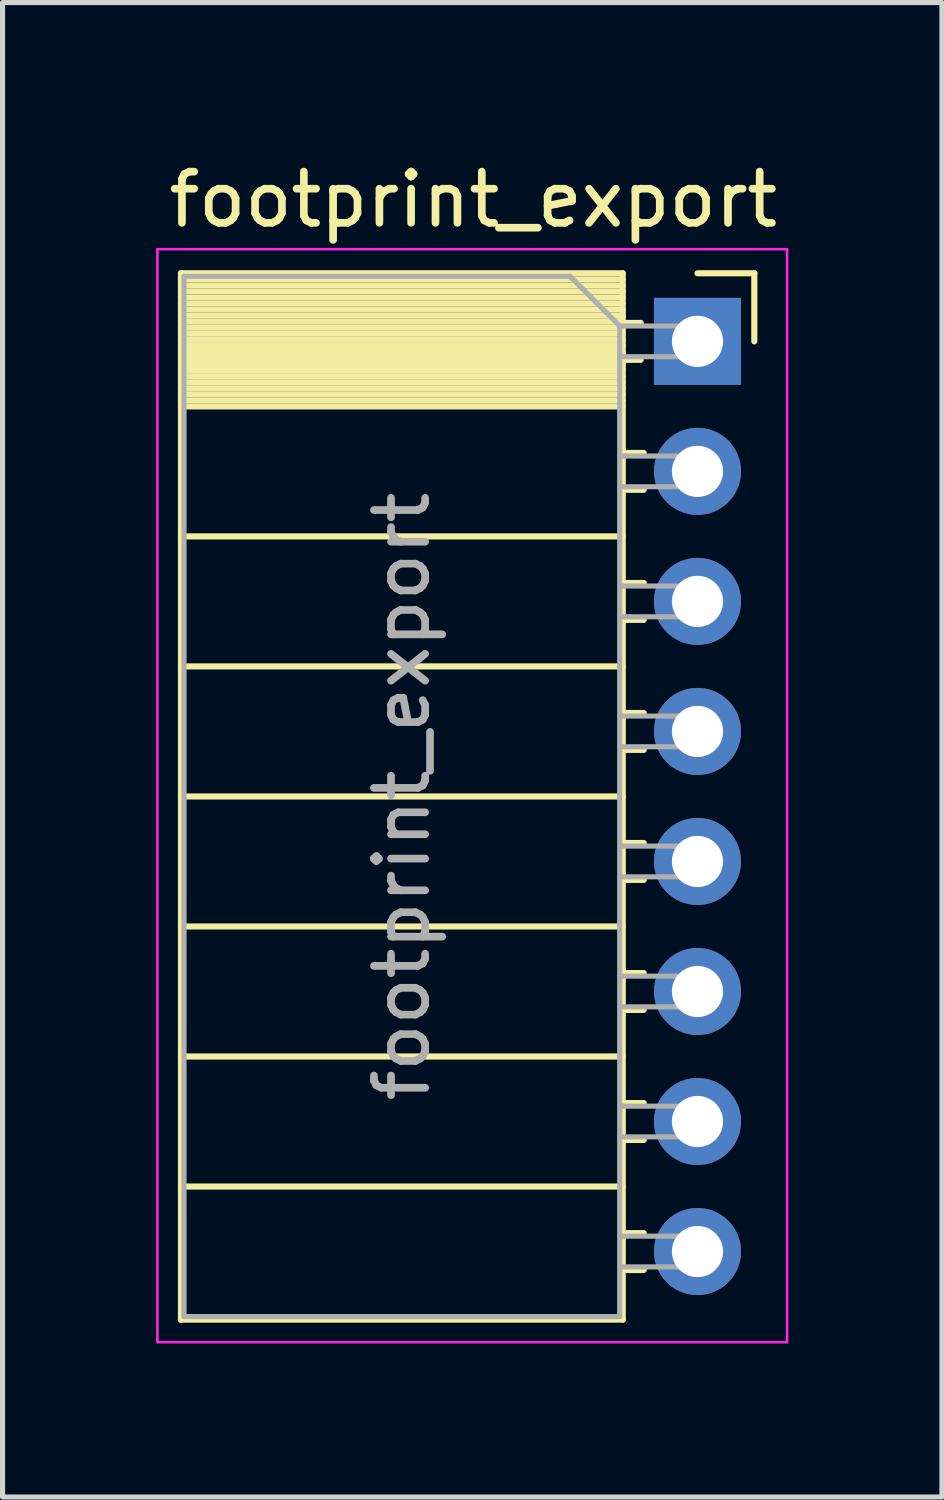
<source format=kicad_pcb>
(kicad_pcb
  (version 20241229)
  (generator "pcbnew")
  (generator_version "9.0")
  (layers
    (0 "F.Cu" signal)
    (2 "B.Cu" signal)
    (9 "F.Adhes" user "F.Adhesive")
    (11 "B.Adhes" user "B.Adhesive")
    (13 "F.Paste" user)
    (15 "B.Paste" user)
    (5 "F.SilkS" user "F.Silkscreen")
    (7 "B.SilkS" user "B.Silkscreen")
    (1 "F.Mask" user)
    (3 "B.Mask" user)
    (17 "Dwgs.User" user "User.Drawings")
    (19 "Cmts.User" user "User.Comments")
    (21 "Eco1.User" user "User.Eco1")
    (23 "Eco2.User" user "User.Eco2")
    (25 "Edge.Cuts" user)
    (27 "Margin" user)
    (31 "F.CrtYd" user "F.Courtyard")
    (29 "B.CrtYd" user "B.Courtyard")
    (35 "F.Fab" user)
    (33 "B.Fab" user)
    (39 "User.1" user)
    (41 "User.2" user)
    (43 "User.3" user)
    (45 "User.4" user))
  (footprint "footprint_export"
    (layer "F.Cu")
    (at 10.575 3.618)
    (property "Reference" "footprint_export" (at -4.38 -2.77 0) (layer "F.SilkS") (effects (font (size 1 1) (thickness 0.15))))
    (attr through_hole)
    (fp_line (start -10.09 -1.33) (end -10.09 19.11) (stroke (width 0.12) (type solid)) (layer "F.SilkS"))
    (fp_line (start -10.09 -1.33) (end -1.46 -1.33) (stroke (width 0.12) (type solid)) (layer "F.SilkS"))
    (fp_line (start -10.09 -1.21) (end -1.46 -1.21) (stroke (width 0.12) (type solid)) (layer "F.SilkS"))
    (fp_line (start -10.09 -1.092) (end -1.46 -1.092) (stroke (width 0.12) (type solid)) (layer "F.SilkS"))
    (fp_line (start -10.09 -0.974) (end -1.46 -0.974) (stroke (width 0.12) (type solid)) (layer "F.SilkS"))
    (fp_line (start -10.09 -0.856) (end -1.46 -0.856) (stroke (width 0.12) (type solid)) (layer "F.SilkS"))
    (fp_line (start -10.09 -0.738) (end -1.46 -0.738) (stroke (width 0.12) (type solid)) (layer "F.SilkS"))
    (fp_line (start -10.09 -0.62) (end -1.46 -0.62) (stroke (width 0.12) (type solid)) (layer "F.SilkS"))
    (fp_line (start -10.09 -0.501) (end -1.46 -0.501) (stroke (width 0.12) (type solid)) (layer "F.SilkS"))
    (fp_line (start -10.09 -0.383) (end -1.46 -0.383) (stroke (width 0.12) (type solid)) (layer "F.SilkS"))
    (fp_line (start -10.09 -0.265) (end -1.46 -0.265) (stroke (width 0.12) (type solid)) (layer "F.SilkS"))
    (fp_line (start -10.09 -0.147) (end -1.46 -0.147) (stroke (width 0.12) (type solid)) (layer "F.SilkS"))
    (fp_line (start -10.09 -0.029) (end -1.46 -0.029) (stroke (width 0.12) (type solid)) (layer "F.SilkS"))
    (fp_line (start -10.09 0.089) (end -1.46 0.089) (stroke (width 0.12) (type solid)) (layer "F.SilkS"))
    (fp_line (start -10.09 0.207) (end -1.46 0.207) (stroke (width 0.12) (type solid)) (layer "F.SilkS"))
    (fp_line (start -10.09 0.325) (end -1.46 0.325) (stroke (width 0.12) (type solid)) (layer "F.SilkS"))
    (fp_line (start -10.09 0.443) (end -1.46 0.443) (stroke (width 0.12) (type solid)) (layer "F.SilkS"))
    (fp_line (start -10.09 0.561) (end -1.46 0.561) (stroke (width 0.12) (type solid)) (layer "F.SilkS"))
    (fp_line (start -10.09 0.68) (end -1.46 0.68) (stroke (width 0.12) (type solid)) (layer "F.SilkS"))
    (fp_line (start -10.09 0.798) (end -1.46 0.798) (stroke (width 0.12) (type solid)) (layer "F.SilkS"))
    (fp_line (start -10.09 0.916) (end -1.46 0.916) (stroke (width 0.12) (type solid)) (layer "F.SilkS"))
    (fp_line (start -10.09 1.034) (end -1.46 1.034) (stroke (width 0.12) (type solid)) (layer "F.SilkS"))
    (fp_line (start -10.09 1.152) (end -1.46 1.152) (stroke (width 0.12) (type solid)) (layer "F.SilkS"))
    (fp_line (start -10.09 1.27) (end -1.46 1.27) (stroke (width 0.12) (type solid)) (layer "F.SilkS"))
    (fp_line (start -10.09 3.81) (end -1.46 3.81) (stroke (width 0.12) (type solid)) (layer "F.SilkS"))
    (fp_line (start -10.09 6.35) (end -1.46 6.35) (stroke (width 0.12) (type solid)) (layer "F.SilkS"))
    (fp_line (start -10.09 8.89) (end -1.46 8.89) (stroke (width 0.12) (type solid)) (layer "F.SilkS"))
    (fp_line (start -10.09 11.43) (end -1.46 11.43) (stroke (width 0.12) (type solid)) (layer "F.SilkS"))
    (fp_line (start -10.09 13.97) (end -1.46 13.97) (stroke (width 0.12) (type solid)) (layer "F.SilkS"))
    (fp_line (start -10.09 16.51) (end -1.46 16.51) (stroke (width 0.12) (type solid)) (layer "F.SilkS"))
    (fp_line (start -10.09 19.11) (end -1.46 19.11) (stroke (width 0.12) (type solid)) (layer "F.SilkS"))
    (fp_line (start -1.46 -1.33) (end -1.46 19.11) (stroke (width 0.12) (type solid)) (layer "F.SilkS"))
    (fp_line (start -1.46 -0.36) (end -1.11 -0.36) (stroke (width 0.12) (type solid)) (layer "F.SilkS"))
    (fp_line (start -1.46 0.36) (end -1.11 0.36) (stroke (width 0.12) (type solid)) (layer "F.SilkS"))
    (fp_line (start -1.46 2.18) (end -1.05 2.18) (stroke (width 0.12) (type solid)) (layer "F.SilkS"))
    (fp_line (start -1.46 2.9) (end -1.05 2.9) (stroke (width 0.12) (type solid)) (layer "F.SilkS"))
    (fp_line (start -1.46 4.72) (end -1.05 4.72) (stroke (width 0.12) (type solid)) (layer "F.SilkS"))
    (fp_line (start -1.46 5.44) (end -1.05 5.44) (stroke (width 0.12) (type solid)) (layer "F.SilkS"))
    (fp_line (start -1.46 7.26) (end -1.05 7.26) (stroke (width 0.12) (type solid)) (layer "F.SilkS"))
    (fp_line (start -1.46 7.98) (end -1.05 7.98) (stroke (width 0.12) (type solid)) (layer "F.SilkS"))
    (fp_line (start -1.46 9.8) (end -1.05 9.8) (stroke (width 0.12) (type solid)) (layer "F.SilkS"))
    (fp_line (start -1.46 10.52) (end -1.05 10.52) (stroke (width 0.12) (type solid)) (layer "F.SilkS"))
    (fp_line (start -1.46 12.34) (end -1.05 12.34) (stroke (width 0.12) (type solid)) (layer "F.SilkS"))
    (fp_line (start -1.46 13.06) (end -1.05 13.06) (stroke (width 0.12) (type solid)) (layer "F.SilkS"))
    (fp_line (start -1.46 14.88) (end -1.05 14.88) (stroke (width 0.12) (type solid)) (layer "F.SilkS"))
    (fp_line (start -1.46 15.6) (end -1.05 15.6) (stroke (width 0.12) (type solid)) (layer "F.SilkS"))
    (fp_line (start -1.46 17.42) (end -1.05 17.42) (stroke (width 0.12) (type solid)) (layer "F.SilkS"))
    (fp_line (start -1.46 18.14) (end -1.05 18.14) (stroke (width 0.12) (type solid)) (layer "F.SilkS"))
    (fp_line (start 0 -1.33) (end 1.11 -1.33) (stroke (width 0.12) (type solid)) (layer "F.SilkS"))
    (fp_line (start 1.11 -1.33) (end 1.11 0) (stroke (width 0.12) (type solid)) (layer "F.SilkS"))
    (fp_line (start -10.55 -1.8) (end -10.55 19.55) (stroke (width 0.05) (type solid)) (layer "F.CrtYd"))
    (fp_line (start -10.55 19.55) (end 1.75 19.55) (stroke (width 0.05) (type solid)) (layer "F.CrtYd"))
    (fp_line (start 1.75 -1.8) (end -10.55 -1.8) (stroke (width 0.05) (type solid)) (layer "F.CrtYd"))
    (fp_line (start 1.75 19.55) (end 1.75 -1.8) (stroke (width 0.05) (type solid)) (layer "F.CrtYd"))
    (fp_line (start -10.03 -1.27) (end -2.49 -1.27) (stroke (width 0.1) (type solid)) (layer "F.Fab"))
    (fp_line (start -10.03 19.05) (end -10.03 -1.27) (stroke (width 0.1) (type solid)) (layer "F.Fab"))
    (fp_line (start -2.49 -1.27) (end -1.52 -0.3) (stroke (width 0.1) (type solid)) (layer "F.Fab"))
    (fp_line (start -1.52 -0.3) (end -1.52 19.05) (stroke (width 0.1) (type solid)) (layer "F.Fab"))
    (fp_line (start -1.52 0.3) (end 0 0.3) (stroke (width 0.1) (type solid)) (layer "F.Fab"))
    (fp_line (start -1.52 2.84) (end 0 2.84) (stroke (width 0.1) (type solid)) (layer "F.Fab"))
    (fp_line (start -1.52 5.38) (end 0 5.38) (stroke (width 0.1) (type solid)) (layer "F.Fab"))
    (fp_line (start -1.52 7.92) (end 0 7.92) (stroke (width 0.1) (type solid)) (layer "F.Fab"))
    (fp_line (start -1.52 10.46) (end 0 10.46) (stroke (width 0.1) (type solid)) (layer "F.Fab"))
    (fp_line (start -1.52 13) (end 0 13) (stroke (width 0.1) (type solid)) (layer "F.Fab"))
    (fp_line (start -1.52 15.54) (end 0 15.54) (stroke (width 0.1) (type solid)) (layer "F.Fab"))
    (fp_line (start -1.52 18.08) (end 0 18.08) (stroke (width 0.1) (type solid)) (layer "F.Fab"))
    (fp_line (start -1.52 19.05) (end -10.03 19.05) (stroke (width 0.1) (type solid)) (layer "F.Fab"))
    (fp_line (start 0 -0.3) (end -1.52 -0.3) (stroke (width 0.1) (type solid)) (layer "F.Fab"))
    (fp_line (start 0 0.3) (end 0 -0.3) (stroke (width 0.1) (type solid)) (layer "F.Fab"))
    (fp_line (start 0 2.24) (end -1.52 2.24) (stroke (width 0.1) (type solid)) (layer "F.Fab"))
    (fp_line (start 0 2.84) (end 0 2.24) (stroke (width 0.1) (type solid)) (layer "F.Fab"))
    (fp_line (start 0 4.78) (end -1.52 4.78) (stroke (width 0.1) (type solid)) (layer "F.Fab"))
    (fp_line (start 0 5.38) (end 0 4.78) (stroke (width 0.1) (type solid)) (layer "F.Fab"))
    (fp_line (start 0 7.32) (end -1.52 7.32) (stroke (width 0.1) (type solid)) (layer "F.Fab"))
    (fp_line (start 0 7.92) (end 0 7.32) (stroke (width 0.1) (type solid)) (layer "F.Fab"))
    (fp_line (start 0 9.86) (end -1.52 9.86) (stroke (width 0.1) (type solid)) (layer "F.Fab"))
    (fp_line (start 0 10.46) (end 0 9.86) (stroke (width 0.1) (type solid)) (layer "F.Fab"))
    (fp_line (start 0 12.4) (end -1.52 12.4) (stroke (width 0.1) (type solid)) (layer "F.Fab"))
    (fp_line (start 0 13) (end 0 12.4) (stroke (width 0.1) (type solid)) (layer "F.Fab"))
    (fp_line (start 0 14.94) (end -1.52 14.94) (stroke (width 0.1) (type solid)) (layer "F.Fab"))
    (fp_line (start 0 15.54) (end 0 14.94) (stroke (width 0.1) (type solid)) (layer "F.Fab"))
    (fp_line (start 0 17.48) (end -1.52 17.48) (stroke (width 0.1) (type solid)) (layer "F.Fab"))
    (fp_line (start 0 18.08) (end 0 17.48) (stroke (width 0.1) (type solid)) (layer "F.Fab"))
    (fp_text user "${REFERENCE}" (at -5.775 8.89 90) (layer "F.Fab") (effects (font (size 1 1) (thickness 0.15))))
    (pad "1" thru_hole rect (at 0 0) (size 1.7 1.7) (drill 1) (layers "*.Cu" "*.Mask"))
    (pad "2" thru_hole oval (at 0 2.54) (size 1.7 1.7) (drill 1) (layers "*.Cu" "*.Mask"))
    (pad "3" thru_hole oval (at 0 5.08) (size 1.7 1.7) (drill 1) (layers "*.Cu" "*.Mask"))
    (pad "4" thru_hole oval (at 0 7.62) (size 1.7 1.7) (drill 1) (layers "*.Cu" "*.Mask"))
    (pad "5" thru_hole oval (at 0 10.16) (size 1.7 1.7) (drill 1) (layers "*.Cu" "*.Mask"))
    (pad "6" thru_hole oval (at 0 12.7) (size 1.7 1.7) (drill 1) (layers "*.Cu" "*.Mask"))
    (pad "7" thru_hole oval (at 0 15.24) (size 1.7 1.7) (drill 1) (layers "*.Cu" "*.Mask"))
    (pad "8" thru_hole oval (at 0 17.78) (size 1.7 1.7) (drill 1) (layers "*.Cu" "*.Mask")))
  (gr_rect
    (start -3 -3)
    (end 15.35 26.193)
    (stroke (width 0.1) (type default))
    (fill no)
    (layer "Edge.Cuts")))
</source>
